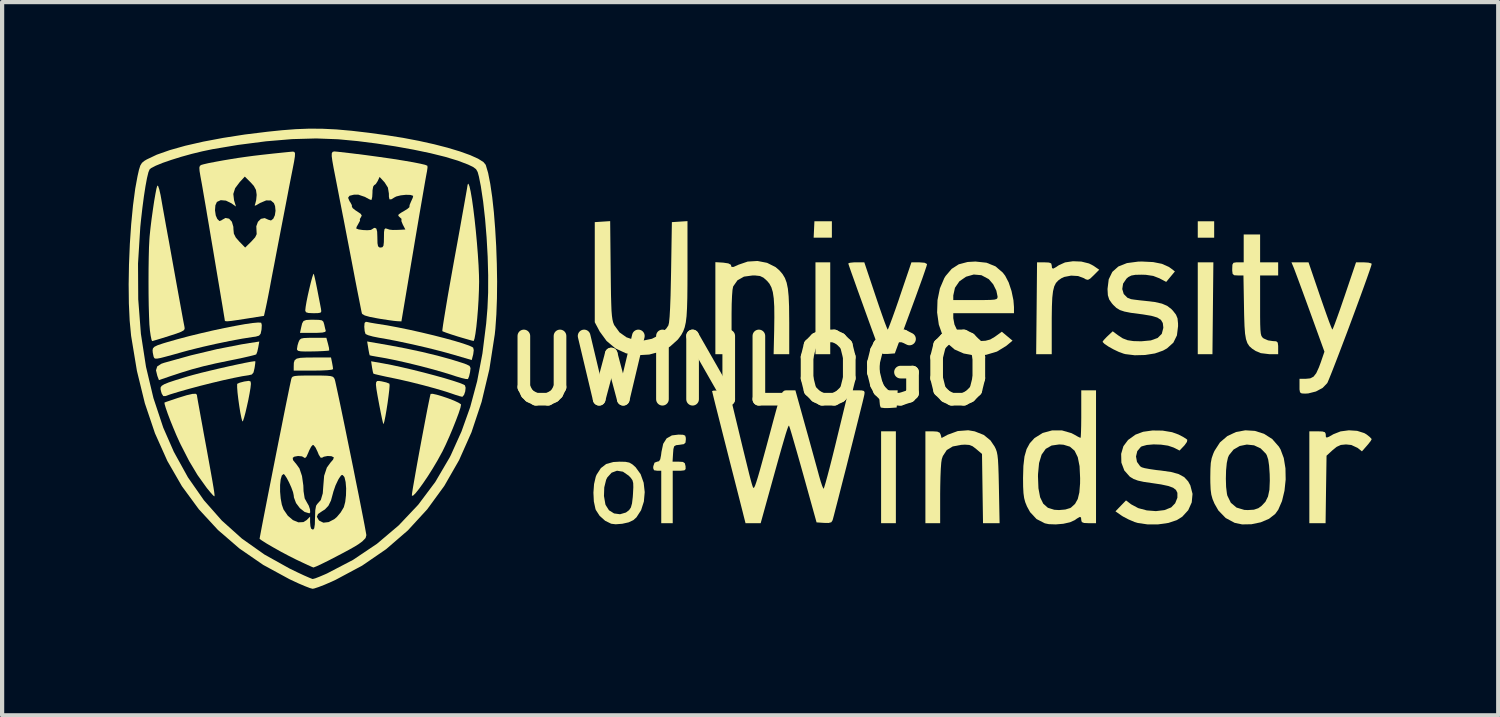
<source format=kicad_pcb>
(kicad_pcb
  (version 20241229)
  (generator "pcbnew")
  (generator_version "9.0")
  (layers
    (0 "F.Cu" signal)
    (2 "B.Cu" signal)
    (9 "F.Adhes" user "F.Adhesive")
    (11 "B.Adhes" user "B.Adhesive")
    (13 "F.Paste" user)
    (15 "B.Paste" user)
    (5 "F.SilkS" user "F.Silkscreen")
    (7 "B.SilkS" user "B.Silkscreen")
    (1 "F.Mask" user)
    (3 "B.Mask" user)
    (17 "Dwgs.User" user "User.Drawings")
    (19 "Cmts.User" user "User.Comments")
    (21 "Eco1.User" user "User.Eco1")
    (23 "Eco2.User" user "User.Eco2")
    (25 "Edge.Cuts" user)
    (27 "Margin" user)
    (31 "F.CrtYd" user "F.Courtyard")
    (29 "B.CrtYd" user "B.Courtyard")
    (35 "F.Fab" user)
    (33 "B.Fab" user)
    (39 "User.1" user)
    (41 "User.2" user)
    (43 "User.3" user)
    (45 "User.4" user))
  (footprint "UWINLOGO"
    (layer "F.Cu")
    (at 14.726 5.736)
    (property "Reference" "UWINLOGO" (at 0 0 0) (layer "F.SilkS") (effects (font (size 1.5 1.5) (thickness 0.3))))
    (attr board_only exclude_from_pos_files exclude_from_bom)
    (fp_poly (pts (xy 1.906 -1.478) (xy 1.906 -0.389) (xy 1.731 -0.389) (xy 1.556 -0.389) (xy 1.556 -1.478) (xy 1.556 -2.567) (xy 1.731 -2.567) (xy 1.906 -2.567)) (stroke (width 0) (type solid)) (fill yes) (layer "F.SilkS"))
    (fp_poly (pts (xy 1.945 -3.345) (xy 1.945 -3.151) (xy 1.729 -3.151) (xy 1.513 -3.151) (xy 1.522 -3.345) (xy 1.531 -3.54) (xy 1.738 -3.54) (xy 1.945 -3.54)) (stroke (width 0) (type solid)) (fill yes) (layer "F.SilkS"))
    (fp_poly (pts (xy 3.462 2.528) (xy 3.462 3.617) (xy 3.287 3.617) (xy 3.112 3.617) (xy 3.112 2.528) (xy 3.112 1.439) (xy 3.287 1.439) (xy 3.462 1.439)) (stroke (width 0) (type solid)) (fill yes) (layer "F.SilkS"))
    (fp_poly (pts (xy 10.978 -1.478) (xy 10.967 -0.389) (xy 10.793 -0.389) (xy 10.619 -0.389) (xy 10.619 -1.478) (xy 10.619 -2.567) (xy 10.804 -2.567) (xy 10.989 -2.567)) (stroke (width 0) (type solid)) (fill yes) (layer "F.SilkS"))
    (fp_poly (pts (xy 11.008 -3.345) (xy 11.008 -3.151) (xy 10.813 -3.151) (xy 10.619 -3.151) (xy 10.619 -3.345) (xy 10.619 -3.54) (xy 10.813 -3.54) (xy 11.008 -3.54)) (stroke (width 0) (type solid)) (fill yes) (layer "F.SilkS"))
    (fp_poly (pts (xy 3.493 0.671) (xy 3.481 0.875) (xy 3.305 0.887) (xy 3.193 0.888) (xy 3.116 0.878) (xy 3.101 0.871) (xy 3.084 0.818) (xy 3.074 0.717) (xy 3.073 0.655) (xy 3.073 0.467) (xy 3.289 0.467) (xy 3.505 0.467)) (stroke (width 0) (type solid)) (fill yes) (layer "F.SilkS"))
    (fp_poly (pts (xy -10.216 -1.203) (xy -10.144 -1.191) (xy -10.11 -1.159) (xy -10.091 -1.099) (xy -10.091 -1.099) (xy -10.069 -1.002) (xy -10.053 -0.943) (xy -10.067 -0.918) (xy -10.134 -0.902) (xy -10.265 -0.895) (xy -10.351 -0.895) (xy -10.664 -0.895) (xy -10.637 -1.021) (xy -10.613 -1.12) (xy -10.58 -1.176) (xy -10.518 -1.2) (xy -10.407 -1.206) (xy -10.345 -1.206)) (stroke (width 0) (type solid)) (fill yes) (layer "F.SilkS"))
    (fp_poly (pts (xy -9.904 -0.19) (xy -9.887 -0.094) (xy -9.88 -0.034) (xy -9.88 -0.034) (xy -9.916 -0.021) (xy -10.015 -0.01) (xy -10.162 -0.003) (xy -10.342 -0.000002) (xy -10.347 0) (xy -10.813 0) (xy -10.813 -0.094) (xy -10.81 -0.186) (xy -10.79 -0.247) (xy -10.742 -0.284) (xy -10.652 -0.303) (xy -10.507 -0.31) (xy -10.347 -0.311) (xy -9.929 -0.311)) (stroke (width 0) (type solid)) (fill yes) (layer "F.SilkS"))
    (fp_poly (pts (xy -10 -0.634) (xy -9.977 -0.539) (xy -9.972 -0.482) (xy -9.974 -0.476) (xy -10.016 -0.47) (xy -10.119 -0.463) (xy -10.264 -0.457) (xy -10.362 -0.455) (xy -10.536 -0.453) (xy -10.647 -0.457) (xy -10.707 -0.469) (xy -10.732 -0.491) (xy -10.736 -0.513) (xy -10.722 -0.599) (xy -10.698 -0.678) (xy -10.674 -0.728) (xy -10.639 -0.758) (xy -10.574 -0.772) (xy -10.461 -0.777) (xy -10.349 -0.778) (xy -10.039 -0.778)) (stroke (width 0) (type solid)) (fill yes) (layer "F.SilkS"))
    (fp_poly (pts (xy -11.835 0.258) (xy -11.828 0.31) (xy -11.828 0.319) (xy -11.838 0.412) (xy -11.86 0.543) (xy -11.889 0.695) (xy -11.924 0.853) (xy -11.958 0.999) (xy -11.99 1.117) (xy -12.015 1.192) (xy -12.03 1.206) (xy -12.053 1.123) (xy -12.079 0.994) (xy -12.104 0.838) (xy -12.127 0.674) (xy -12.145 0.521) (xy -12.154 0.398) (xy -12.154 0.324) (xy -12.15 0.312) (xy -12.092 0.286) (xy -11.993 0.26) (xy -11.971 0.256) (xy -11.876 0.243)) (stroke (width 0) (type solid)) (fill yes) (layer "F.SilkS"))
    (fp_poly (pts (xy -11.654 -0.549) (xy -11.676 -0.45) (xy -11.7 -0.389) (xy -11.703 -0.384) (xy -11.748 -0.369) (xy -11.855 -0.342) (xy -12.012 -0.306) (xy -12.205 -0.265) (xy -12.33 -0.24) (xy -12.668 -0.17) (xy -12.956 -0.103) (xy -13.224 -0.031) (xy -13.498 0.053) (xy -13.743 0.134) (xy -14.008 0.225) (xy -14.046 0.125) (xy -14.078 -0.007) (xy -14.049 -0.099) (xy -13.952 -0.162) (xy -13.886 -0.185) (xy -13.245 -0.363) (xy -12.628 -0.51) (xy -12.053 -0.622) (xy -11.853 -0.655) (xy -11.629 -0.689)) (stroke (width 0) (type solid)) (fill yes) (layer "F.SilkS"))
    (fp_poly (pts (xy -10.337 -2.295) (xy -10.321 -2.232) (xy -10.294 -2.114) (xy -10.263 -1.962) (xy -10.252 -1.906) (xy -10.22 -1.74) (xy -10.191 -1.592) (xy -10.171 -1.487) (xy -10.167 -1.468) (xy -10.159 -1.405) (xy -10.177 -1.374) (xy -10.241 -1.363) (xy -10.344 -1.361) (xy -10.463 -1.366) (xy -10.522 -1.384) (xy -10.539 -1.421) (xy -10.539 -1.429) (xy -10.53 -1.512) (xy -10.509 -1.636) (xy -10.479 -1.783) (xy -10.444 -1.937) (xy -10.409 -2.082) (xy -10.377 -2.202) (xy -10.352 -2.278) (xy -10.337 -2.296)) (stroke (width 0) (type solid)) (fill yes) (layer "F.SilkS"))
    (fp_poly (pts (xy -8.727 0.255) (xy -8.723 0.256) (xy -8.619 0.28) (xy -8.55 0.307) (xy -8.544 0.312) (xy -8.54 0.357) (xy -8.548 0.459) (xy -8.565 0.601) (xy -8.587 0.765) (xy -8.613 0.931) (xy -8.639 1.082) (xy -8.663 1.199) (xy -8.682 1.263) (xy -8.685 1.269) (xy -8.697 1.238) (xy -8.719 1.145) (xy -8.748 1.004) (xy -8.782 0.829) (xy -8.783 0.824) (xy -8.825 0.598) (xy -8.852 0.438) (xy -8.864 0.333) (xy -8.858 0.273) (xy -8.834 0.247) (xy -8.791 0.245)) (stroke (width 0) (type solid)) (fill yes) (layer "F.SilkS"))
    (fp_poly (pts (xy -8.537 -0.598) (xy -8.153 -0.525) (xy -7.772 -0.443) (xy -7.411 -0.356) (xy -7.086 -0.267) (xy -6.814 -0.182) (xy -6.716 -0.147) (xy -6.644 -0.111) (xy -6.621 -0.06) (xy -6.632 0.035) (xy -6.655 0.134) (xy -6.68 0.195) (xy -6.684 0.2) (xy -6.73 0.199) (xy -6.831 0.176) (xy -6.969 0.135) (xy -7.04 0.111) (xy -7.252 0.045) (xy -7.514 -0.03) (xy -7.806 -0.107) (xy -8.104 -0.18) (xy -8.386 -0.244) (xy -8.628 -0.293) (xy -8.731 -0.311) (xy -8.866 -0.334) (xy -8.966 -0.352) (xy -9.011 -0.363) (xy -9.012 -0.363) (xy -9.023 -0.404) (xy -9.04 -0.494) (xy -9.046 -0.532) (xy -9.072 -0.691)) (stroke (width 0) (type solid)) (fill yes) (layer "F.SilkS"))
    (fp_poly (pts (xy -8.691 -0.171) (xy -8.483 -0.131) (xy -8.245 -0.079) (xy -7.989 -0.019) (xy -7.729 0.046) (xy -7.476 0.113) (xy -7.242 0.178) (xy -7.041 0.239) (xy -6.883 0.291) (xy -6.782 0.332) (xy -6.754 0.35) (xy -6.738 0.406) (xy -6.747 0.492) (xy -6.774 0.573) (xy -6.811 0.618) (xy -6.82 0.62) (xy -6.883 0.605) (xy -6.985 0.573) (xy -7.016 0.562) (xy -7.207 0.498) (xy -7.453 0.425) (xy -7.732 0.349) (xy -8.022 0.276) (xy -8.301 0.211) (xy -8.453 0.179) (xy -8.632 0.142) (xy -8.78 0.109) (xy -8.882 0.085) (xy -8.924 0.072) (xy -8.924 0.072) (xy -8.937 0.028) (xy -8.954 -0.062) (xy -8.957 -0.081) (xy -8.978 -0.221)) (stroke (width 0) (type solid)) (fill yes) (layer "F.SilkS"))
    (fp_poly (pts (xy 14.398 1.428) (xy 14.566 1.481) (xy 14.616 1.51) (xy 14.696 1.573) (xy 14.739 1.619) (xy 14.741 1.627) (xy 14.718 1.669) (xy 14.658 1.746) (xy 14.626 1.783) (xy 14.511 1.914) (xy 14.408 1.832) (xy 14.259 1.763) (xy 14.133 1.75) (xy 14.011 1.762) (xy 13.912 1.807) (xy 13.818 1.883) (xy 13.672 2.017) (xy 13.66 2.817) (xy 13.649 3.617) (xy 13.456 3.617) (xy 13.264 3.617) (xy 13.264 2.528) (xy 13.264 1.439) (xy 13.458 1.439) (xy 13.575 1.443) (xy 13.633 1.461) (xy 13.652 1.499) (xy 13.653 1.517) (xy 13.656 1.571) (xy 13.677 1.588) (xy 13.731 1.567) (xy 13.836 1.507) (xy 14.004 1.441) (xy 14.201 1.415)) (stroke (width 0) (type solid)) (fill yes) (layer "F.SilkS"))
    (fp_poly (pts (xy -9.073 -1.153) (xy -8.993 -1.136) (xy -8.875 -1.116) (xy -8.83 -1.109) (xy -8.6 -1.073) (xy -8.34 -1.024) (xy -8.062 -0.967) (xy -7.777 -0.903) (xy -7.497 -0.836) (xy -7.232 -0.768) (xy -6.996 -0.703) (xy -6.799 -0.643) (xy -6.652 -0.592) (xy -6.568 -0.551) (xy -6.559 -0.544) (xy -6.545 -0.487) (xy -6.557 -0.389) (xy -6.559 -0.381) (xy -6.593 -0.25) (xy -7.021 -0.376) (xy -7.309 -0.456) (xy -7.646 -0.541) (xy -8.004 -0.624) (xy -8.356 -0.699) (xy -8.674 -0.76) (xy -8.791 -0.779) (xy -8.935 -0.808) (xy -9.047 -0.839) (xy -9.108 -0.867) (xy -9.111 -0.87) (xy -9.131 -0.937) (xy -9.14 -1.039) (xy -9.14 -1.043) (xy -9.133 -1.13) (xy -9.103 -1.157)) (stroke (width 0) (type solid)) (fill yes) (layer "F.SilkS"))
    (fp_poly (pts (xy -11.723 -0.221) (xy -11.724 -0.182) (xy -11.736 -0.094) (xy -11.742 -0.058) (xy -11.766 0.044) (xy -11.806 0.092) (xy -11.883 0.11) (xy -11.884 0.11) (xy -12.033 0.133) (xy -12.239 0.174) (xy -12.486 0.228) (xy -12.758 0.293) (xy -13.036 0.363) (xy -13.305 0.435) (xy -13.547 0.504) (xy -13.746 0.565) (xy -13.855 0.604) (xy -13.906 0.603) (xy -13.942 0.545) (xy -13.956 0.499) (xy -13.969 0.443) (xy -13.968 0.398) (xy -13.942 0.36) (xy -13.882 0.323) (xy -13.779 0.281) (xy -13.623 0.229) (xy -13.405 0.162) (xy -13.329 0.139) (xy -13.19 0.1) (xy -13.011 0.053) (xy -12.805 0.003) (xy -12.585 -0.049) (xy -12.365 -0.099) (xy -12.158 -0.144) (xy -11.977 -0.182) (xy -11.836 -0.209) (xy -11.747 -0.222)) (stroke (width 0) (type solid)) (fill yes) (layer "F.SilkS"))
    (fp_poly (pts (xy 7.859 -2.585) (xy 8.041 -2.54) (xy 8.141 -2.489) (xy 8.283 -2.392) (xy 8.151 -2.259) (xy 8.069 -2.181) (xy 8.016 -2.152) (xy 7.966 -2.163) (xy 7.92 -2.191) (xy 7.783 -2.242) (xy 7.617 -2.252) (xy 7.455 -2.221) (xy 7.387 -2.19) (xy 7.314 -2.139) (xy 7.257 -2.078) (xy 7.216 -1.996) (xy 7.188 -1.883) (xy 7.17 -1.728) (xy 7.161 -1.52) (xy 7.157 -1.249) (xy 7.157 -1.132) (xy 7.157 -0.389) (xy 6.972 -0.389) (xy 6.788 -0.389) (xy 6.799 -1.478) (xy 6.809 -2.567) (xy 6.983 -2.567) (xy 7.092 -2.562) (xy 7.144 -2.541) (xy 7.157 -2.494) (xy 7.157 -2.489) (xy 7.164 -2.431) (xy 7.193 -2.418) (xy 7.26 -2.454) (xy 7.326 -2.499) (xy 7.473 -2.565) (xy 7.661 -2.593)) (stroke (width 0) (type solid)) (fill yes) (layer "F.SilkS"))
    (fp_poly (pts (xy -13.108 0.574) (xy -13.108 0.575) (xy -13.102 0.621) (xy -13.083 0.732) (xy -13.053 0.896) (xy -13.016 1.103) (xy -12.972 1.341) (xy -12.951 1.46) (xy -12.879 1.849) (xy -12.821 2.168) (xy -12.775 2.423) (xy -12.74 2.621) (xy -12.715 2.769) (xy -12.699 2.872) (xy -12.691 2.938) (xy -12.69 2.972) (xy -12.693 2.981) (xy -12.722 2.96) (xy -12.784 2.891) (xy -12.869 2.788) (xy -12.881 2.772) (xy -13.093 2.476) (xy -13.293 2.142) (xy -13.493 1.752) (xy -13.52 1.696) (xy -13.592 1.537) (xy -13.666 1.361) (xy -13.738 1.184) (xy -13.8 1.02) (xy -13.847 0.884) (xy -13.874 0.792) (xy -13.877 0.757) (xy -13.838 0.742) (xy -13.743 0.71) (xy -13.61 0.665) (xy -13.556 0.647) (xy -13.352 0.584) (xy -13.213 0.552) (xy -13.134 0.549)) (stroke (width 0) (type solid)) (fill yes) (layer "F.SilkS"))
    (fp_poly (pts (xy -11.588 -1.136) (xy -11.583 -1.132) (xy -11.57 -1.081) (xy -11.575 -0.986) (xy -11.578 -0.963) (xy -11.597 -0.875) (xy -11.635 -0.829) (xy -11.713 -0.806) (xy -11.781 -0.797) (xy -12.032 -0.758) (xy -12.333 -0.702) (xy -12.661 -0.634) (xy -12.99 -0.559) (xy -13.296 -0.483) (xy -13.439 -0.444) (xy -13.677 -0.377) (xy -13.851 -0.33) (xy -13.971 -0.299) (xy -14.048 -0.285) (xy -14.093 -0.284) (xy -14.116 -0.295) (xy -14.128 -0.316) (xy -14.134 -0.33) (xy -14.154 -0.423) (xy -14.159 -0.483) (xy -14.15 -0.528) (xy -14.115 -0.565) (xy -14.039 -0.602) (xy -13.908 -0.646) (xy -13.818 -0.673) (xy -13.57 -0.744) (xy -13.299 -0.816) (xy -13.016 -0.885) (xy -12.732 -0.951) (xy -12.456 -1.01) (xy -12.2 -1.06) (xy -11.975 -1.101) (xy -11.791 -1.128) (xy -11.658 -1.14)) (stroke (width 0) (type solid)) (fill yes) (layer "F.SilkS"))
    (fp_poly (pts (xy -7.419 0.572) (xy -7.288 0.611) (xy -7.147 0.659) (xy -7.013 0.711) (xy -6.908 0.76) (xy -6.851 0.797) (xy -6.846 0.806) (xy -6.861 0.882) (xy -6.903 1.011) (xy -6.966 1.179) (xy -7.042 1.37) (xy -7.125 1.567) (xy -7.209 1.755) (xy -7.288 1.918) (xy -7.303 1.945) (xy -7.406 2.133) (xy -7.519 2.323) (xy -7.634 2.505) (xy -7.745 2.669) (xy -7.845 2.807) (xy -7.927 2.909) (xy -7.985 2.965) (xy -8.011 2.965) (xy -8.012 2.956) (xy -8.006 2.899) (xy -7.987 2.778) (xy -7.957 2.607) (xy -7.92 2.395) (xy -7.877 2.154) (xy -7.83 1.897) (xy -7.781 1.633) (xy -7.732 1.374) (xy -7.686 1.132) (xy -7.645 0.918) (xy -7.61 0.744) (xy -7.584 0.619) (xy -7.569 0.557) (xy -7.566 0.552) (xy -7.518 0.55)) (stroke (width 0) (type solid)) (fill yes) (layer "F.SilkS"))
    (fp_poly (pts (xy -1.583 1.521) (xy -1.533 1.541) (xy -1.518 1.591) (xy -1.517 1.631) (xy -1.525 1.707) (xy -1.564 1.743) (xy -1.658 1.757) (xy -1.663 1.758) (xy -1.749 1.768) (xy -1.794 1.795) (xy -1.812 1.86) (xy -1.82 1.964) (xy -1.832 2.159) (xy -1.684 2.159) (xy -1.586 2.165) (xy -1.541 2.196) (xy -1.524 2.266) (xy -1.522 2.334) (xy -1.551 2.364) (xy -1.632 2.373) (xy -1.67 2.373) (xy -1.828 2.373) (xy -1.828 2.995) (xy -1.828 3.617) (xy -1.964 3.617) (xy -2.1 3.617) (xy -2.1 2.995) (xy -2.1 2.373) (xy -2.2 2.373) (xy -2.271 2.362) (xy -2.291 2.312) (xy -2.288 2.266) (xy -2.259 2.182) (xy -2.198 2.159) (xy -2.153 2.148) (xy -2.124 2.103) (xy -2.105 2.008) (xy -2.095 1.927) (xy -2.054 1.735) (xy -1.973 1.607) (xy -1.848 1.536) (xy -1.69 1.517)) (stroke (width 0) (type solid)) (fill yes) (layer "F.SilkS"))
    (fp_poly (pts (xy 5.331 1.44) (xy 5.546 1.525) (xy 5.704 1.654) (xy 5.804 1.802) (xy 5.833 1.862) (xy 5.855 1.927) (xy 5.871 2.008) (xy 5.883 2.117) (xy 5.891 2.266) (xy 5.898 2.466) (xy 5.904 2.731) (xy 5.905 2.791) (xy 5.921 3.617) (xy 5.724 3.617) (xy 5.528 3.617) (xy 5.516 2.796) (xy 5.504 1.975) (xy 5.368 1.86) (xy 5.281 1.793) (xy 5.201 1.762) (xy 5.098 1.755) (xy 5.009 1.76) (xy 4.81 1.798) (xy 4.668 1.884) (xy 4.576 2.025) (xy 4.551 2.098) (xy 4.538 2.182) (xy 4.527 2.328) (xy 4.519 2.52) (xy 4.514 2.742) (xy 4.512 2.927) (xy 4.512 3.617) (xy 4.337 3.617) (xy 4.162 3.617) (xy 4.162 2.528) (xy 4.162 1.439) (xy 4.333 1.439) (xy 4.444 1.446) (xy 4.502 1.473) (xy 4.524 1.519) (xy 4.545 1.598) (xy 4.69 1.52) (xy 4.929 1.433) (xy 5.177 1.414)) (stroke (width 0) (type solid)) (fill yes) (layer "F.SilkS"))
    (fp_poly (pts (xy -6.67 -4.427) (xy -6.646 -4.368) (xy -6.618 -4.243) (xy -6.587 -4.063) (xy -6.556 -3.841) (xy -6.525 -3.587) (xy -6.496 -3.315) (xy -6.47 -3.034) (xy -6.448 -2.758) (xy -6.431 -2.497) (xy -6.421 -2.263) (xy -6.418 -2.11) (xy -6.422 -1.907) (xy -6.431 -1.685) (xy -6.445 -1.458) (xy -6.463 -1.238) (xy -6.483 -1.041) (xy -6.505 -0.877) (xy -6.526 -0.762) (xy -6.545 -0.706) (xy -6.551 -0.704) (xy -6.605 -0.716) (xy -6.714 -0.747) (xy -6.858 -0.789) (xy -6.931 -0.811) (xy -7.082 -0.859) (xy -7.204 -0.901) (xy -7.277 -0.929) (xy -7.29 -0.937) (xy -7.287 -0.978) (xy -7.272 -1.088) (xy -7.245 -1.259) (xy -7.208 -1.483) (xy -7.163 -1.753) (xy -7.109 -2.06) (xy -7.049 -2.397) (xy -7.001 -2.664) (xy -6.936 -3.019) (xy -6.876 -3.351) (xy -6.823 -3.651) (xy -6.776 -3.912) (xy -6.738 -4.127) (xy -6.71 -4.286) (xy -6.694 -4.383) (xy -6.69 -4.409) (xy -6.676 -4.431)) (stroke (width 0) (type solid)) (fill yes) (layer "F.SilkS"))
    (fp_poly (pts (xy 2.981 -1.77) (xy 3.06 -1.536) (xy 3.132 -1.329) (xy 3.192 -1.16) (xy 3.238 -1.04) (xy 3.264 -0.978) (xy 3.269 -0.972) (xy 3.287 -1.008) (xy 3.325 -1.106) (xy 3.381 -1.257) (xy 3.45 -1.449) (xy 3.528 -1.673) (xy 3.56 -1.77) (xy 3.831 -2.567) (xy 4.016 -2.567) (xy 4.144 -2.557) (xy 4.198 -2.528) (xy 4.2 -2.519) (xy 4.187 -2.471) (xy 4.15 -2.36) (xy 4.093 -2.195) (xy 4.018 -1.988) (xy 3.931 -1.746) (xy 3.833 -1.48) (xy 3.818 -1.439) (xy 3.437 -0.408) (xy 3.274 -0.396) (xy 3.167 -0.395) (xy 3.11 -0.418) (xy 3.077 -0.476) (xy 3.03 -0.6) (xy 2.968 -0.77) (xy 2.893 -0.974) (xy 2.81 -1.203) (xy 2.723 -1.444) (xy 2.636 -1.686) (xy 2.552 -1.918) (xy 2.477 -2.13) (xy 2.413 -2.308) (xy 2.366 -2.443) (xy 2.339 -2.523) (xy 2.334 -2.541) (xy 2.369 -2.556) (xy 2.458 -2.566) (xy 2.524 -2.567) (xy 2.714 -2.567)) (stroke (width 0) (type solid)) (fill yes) (layer "F.SilkS"))
    (fp_poly (pts (xy 12.097 -2.898) (xy 12.097 -2.567) (xy 12.311 -2.567) (xy 12.525 -2.567) (xy 12.525 -2.412) (xy 12.525 -2.256) (xy 12.311 -2.256) (xy 12.097 -2.256) (xy 12.097 -1.539) (xy 12.097 -1.286) (xy 12.099 -1.099) (xy 12.104 -0.968) (xy 12.113 -0.88) (xy 12.127 -0.825) (xy 12.148 -0.791) (xy 12.176 -0.766) (xy 12.184 -0.761) (xy 12.285 -0.717) (xy 12.397 -0.7) (xy 12.479 -0.695) (xy 12.515 -0.664) (xy 12.525 -0.586) (xy 12.525 -0.545) (xy 12.525 -0.389) (xy 12.321 -0.389) (xy 12.113 -0.414) (xy 11.992 -0.465) (xy 11.907 -0.521) (xy 11.842 -0.579) (xy 11.795 -0.651) (xy 11.762 -0.747) (xy 11.74 -0.879) (xy 11.727 -1.058) (xy 11.719 -1.296) (xy 11.715 -1.505) (xy 11.702 -2.256) (xy 11.569 -2.256) (xy 11.484 -2.261) (xy 11.446 -2.291) (xy 11.436 -2.367) (xy 11.436 -2.412) (xy 11.44 -2.511) (xy 11.465 -2.556) (xy 11.532 -2.567) (xy 11.572 -2.567) (xy 11.708 -2.567) (xy 11.708 -2.898) (xy 11.708 -3.228) (xy 11.903 -3.228) (xy 12.097 -3.228)) (stroke (width 0) (type solid)) (fill yes) (layer "F.SilkS"))
    (fp_poly (pts (xy -14.027 -4.375) (xy -14.001 -4.298) (xy -13.97 -4.164) (xy -13.951 -4.058) (xy -13.914 -3.847) (xy -13.873 -3.62) (xy -13.837 -3.417) (xy -13.827 -3.365) (xy -13.804 -3.238) (xy -13.769 -3.05) (xy -13.727 -2.815) (xy -13.679 -2.548) (xy -13.628 -2.265) (xy -13.595 -2.081) (xy -13.546 -1.812) (xy -13.501 -1.564) (xy -13.462 -1.35) (xy -13.431 -1.181) (xy -13.409 -1.068) (xy -13.401 -1.026) (xy -13.399 -0.987) (xy -13.423 -0.953) (xy -13.485 -0.919) (xy -13.596 -0.877) (xy -13.766 -0.822) (xy -13.927 -0.771) (xy -14.059 -0.731) (xy -14.146 -0.706) (xy -14.171 -0.7) (xy -14.185 -0.736) (xy -14.204 -0.828) (xy -14.223 -0.959) (xy -14.223 -0.963) (xy -14.235 -1.1) (xy -14.243 -1.299) (xy -14.25 -1.545) (xy -14.254 -1.822) (xy -14.255 -2.113) (xy -14.254 -2.403) (xy -14.25 -2.677) (xy -14.244 -2.919) (xy -14.234 -3.113) (xy -14.228 -3.193) (xy -14.208 -3.386) (xy -14.182 -3.597) (xy -14.152 -3.811) (xy -14.122 -4.013) (xy -14.092 -4.186) (xy -14.067 -4.315) (xy -14.047 -4.384) (xy -14.046 -4.387)) (stroke (width 0) (type solid)) (fill yes) (layer "F.SilkS"))
    (fp_poly (pts (xy -1.478 -2.382) (xy -1.479 -2.016) (xy -1.482 -1.718) (xy -1.489 -1.48) (xy -1.5 -1.291) (xy -1.518 -1.143) (xy -1.544 -1.027) (xy -1.579 -0.932) (xy -1.623 -0.85) (xy -1.68 -0.771) (xy -1.713 -0.73) (xy -1.894 -0.568) (xy -2.123 -0.451) (xy -2.383 -0.381) (xy -2.655 -0.365) (xy -2.92 -0.407) (xy -2.945 -0.414) (xy -3.185 -0.526) (xy -3.395 -0.702) (xy -3.56 -0.928) (xy -3.57 -0.948) (xy -3.676 -1.147) (xy -3.676 -2.334) (xy -3.676 -3.52) (xy -3.493 -3.532) (xy -3.311 -3.544) (xy -3.299 -2.385) (xy -3.295 -2.049) (xy -3.291 -1.782) (xy -3.285 -1.574) (xy -3.279 -1.416) (xy -3.269 -1.299) (xy -3.257 -1.213) (xy -3.242 -1.148) (xy -3.223 -1.097) (xy -3.213 -1.076) (xy -3.089 -0.906) (xy -2.923 -0.789) (xy -2.73 -0.724) (xy -2.524 -0.713) (xy -2.32 -0.755) (xy -2.134 -0.85) (xy -1.98 -0.998) (xy -1.932 -1.07) (xy -1.916 -1.135) (xy -1.902 -1.274) (xy -1.89 -1.488) (xy -1.879 -1.777) (xy -1.871 -2.143) (xy -1.867 -2.334) (xy -1.848 -3.52) (xy -1.663 -3.532) (xy -1.478 -3.544)) (stroke (width 0) (type solid)) (fill yes) (layer "F.SilkS"))
    (fp_poly (pts (xy -2.951 2.162) (xy -2.858 2.18) (xy -2.785 2.222) (xy -2.708 2.29) (xy -2.589 2.455) (xy -2.517 2.658) (xy -2.492 2.88) (xy -2.512 3.104) (xy -2.578 3.309) (xy -2.688 3.479) (xy -2.762 3.545) (xy -2.873 3.597) (xy -3.025 3.631) (xy -3.181 3.643) (xy -3.287 3.63) (xy -3.43 3.56) (xy -3.561 3.442) (xy -3.651 3.303) (xy -3.66 3.278) (xy -3.698 3.101) (xy -3.704 2.973) (xy -3.458 2.973) (xy -3.425 3.165) (xy -3.419 3.185) (xy -3.339 3.311) (xy -3.218 3.386) (xy -3.077 3.405) (xy -2.937 3.364) (xy -2.863 3.308) (xy -2.82 3.245) (xy -2.793 3.148) (xy -2.775 2.997) (xy -2.77 2.922) (xy -2.762 2.765) (xy -2.765 2.665) (xy -2.783 2.598) (xy -2.822 2.542) (xy -2.871 2.491) (xy -3.008 2.396) (xy -3.149 2.373) (xy -3.277 2.42) (xy -3.38 2.534) (xy -3.407 2.589) (xy -3.451 2.768) (xy -3.458 2.973) (xy -3.704 2.973) (xy -3.708 2.895) (xy -3.693 2.69) (xy -3.653 2.517) (xy -3.633 2.468) (xy -3.531 2.311) (xy -3.405 2.214) (xy -3.236 2.167) (xy -3.092 2.159)) (stroke (width 0) (type solid)) (fill yes) (layer "F.SilkS"))
    (fp_poly (pts (xy 0.409 -2.555) (xy 0.609 -2.455) (xy 0.704 -2.373) (xy 0.776 -2.288) (xy 0.832 -2.195) (xy 0.873 -2.084) (xy 0.902 -1.943) (xy 0.92 -1.761) (xy 0.93 -1.527) (xy 0.933 -1.229) (xy 0.934 -1.13) (xy 0.934 -0.389) (xy 0.749 -0.389) (xy 0.564 -0.389) (xy 0.577 -0.943) (xy 0.581 -1.263) (xy 0.579 -1.516) (xy 0.567 -1.712) (xy 0.545 -1.861) (xy 0.511 -1.974) (xy 0.464 -2.062) (xy 0.408 -2.128) (xy 0.322 -2.204) (xy 0.24 -2.243) (xy 0.13 -2.255) (xy 0.067 -2.256) (xy -0.139 -2.228) (xy -0.292 -2.142) (xy -0.392 -2) (xy -0.397 -1.988) (xy -0.411 -1.913) (xy -0.422 -1.772) (xy -0.43 -1.579) (xy -0.433 -1.347) (xy -0.433 -1.206) (xy -0.433 -0.98) (xy -0.435 -0.777) (xy -0.439 -0.613) (xy -0.445 -0.5) (xy -0.45 -0.458) (xy -0.487 -0.412) (xy -0.57 -0.392) (xy -0.644 -0.389) (xy -0.817 -0.389) (xy -0.817 -1.48) (xy -0.817 -2.571) (xy -0.632 -2.56) (xy -0.51 -2.542) (xy -0.451 -2.511) (xy -0.447 -2.499) (xy -0.434 -2.458) (xy -0.386 -2.458) (xy -0.288 -2.501) (xy -0.27 -2.51) (xy -0.051 -2.585) (xy 0.182 -2.599)) (stroke (width 0) (type solid)) (fill yes) (layer "F.SilkS"))
    (fp_poly (pts (xy 13.517 -1.77) (xy 13.598 -1.537) (xy 13.671 -1.33) (xy 13.732 -1.161) (xy 13.779 -1.04) (xy 13.805 -0.979) (xy 13.81 -0.973) (xy 13.828 -1.008) (xy 13.867 -1.106) (xy 13.922 -1.257) (xy 13.991 -1.45) (xy 14.068 -1.674) (xy 14.101 -1.77) (xy 14.371 -2.567) (xy 14.556 -2.567) (xy 14.664 -2.56) (xy 14.731 -2.542) (xy 14.742 -2.529) (xy 14.729 -2.479) (xy 14.691 -2.366) (xy 14.633 -2.2) (xy 14.558 -1.991) (xy 14.47 -1.749) (xy 14.373 -1.485) (xy 14.27 -1.207) (xy 14.165 -0.925) (xy 14.061 -0.651) (xy 13.963 -0.393) (xy 13.874 -0.162) (xy 13.798 0.033) (xy 13.738 0.182) (xy 13.699 0.275) (xy 13.687 0.298) (xy 13.579 0.41) (xy 13.42 0.495) (xy 13.237 0.541) (xy 13.166 0.545) (xy 13.083 0.541) (xy 13.043 0.515) (xy 13.031 0.447) (xy 13.031 0.37) (xy 13.031 0.194) (xy 13.18 0.194) (xy 13.284 0.184) (xy 13.363 0.144) (xy 13.428 0.061) (xy 13.491 -0.077) (xy 13.535 -0.195) (xy 13.622 -0.449) (xy 13.284 -1.382) (xy 13.189 -1.643) (xy 13.1 -1.886) (xy 13.021 -2.1) (xy 12.957 -2.272) (xy 12.912 -2.392) (xy 12.893 -2.441) (xy 12.84 -2.567) (xy 13.043 -2.567) (xy 13.245 -2.567)) (stroke (width 0) (type solid)) (fill yes) (layer "F.SilkS"))
    (fp_poly (pts (xy 11.973 1.429) (xy 12.19 1.498) (xy 12.384 1.622) (xy 12.542 1.802) (xy 12.582 1.869) (xy 12.658 2.073) (xy 12.698 2.317) (xy 12.703 2.582) (xy 12.675 2.847) (xy 12.616 3.093) (xy 12.527 3.298) (xy 12.455 3.398) (xy 12.308 3.513) (xy 12.113 3.596) (xy 11.892 3.642) (xy 11.671 3.646) (xy 11.494 3.609) (xy 11.28 3.494) (xy 11.108 3.316) (xy 11.016 3.156) (xy 10.969 3.044) (xy 10.94 2.939) (xy 10.924 2.818) (xy 10.917 2.658) (xy 10.916 2.564) (xy 11.285 2.564) (xy 11.291 2.757) (xy 11.31 2.916) (xy 11.32 2.963) (xy 11.403 3.133) (xy 11.538 3.247) (xy 11.722 3.302) (xy 11.805 3.306) (xy 11.95 3.297) (xy 12.054 3.262) (xy 12.13 3.208) (xy 12.223 3.109) (xy 12.284 2.985) (xy 12.318 2.824) (xy 12.327 2.609) (xy 12.324 2.456) (xy 12.31 2.252) (xy 12.289 2.109) (xy 12.257 2.011) (xy 12.236 1.972) (xy 12.11 1.844) (xy 11.953 1.771) (xy 11.782 1.753) (xy 11.614 1.787) (xy 11.467 1.872) (xy 11.36 2.005) (xy 11.335 2.062) (xy 11.307 2.189) (xy 11.29 2.365) (xy 11.285 2.564) (xy 10.916 2.564) (xy 10.916 2.528) (xy 10.919 2.331) (xy 10.928 2.188) (xy 10.949 2.076) (xy 10.985 1.972) (xy 11.014 1.905) (xy 11.145 1.702) (xy 11.32 1.552) (xy 11.525 1.456) (xy 11.747 1.415)) (stroke (width 0) (type solid)) (fill yes) (layer "F.SilkS"))
    (fp_poly (pts (xy 5.61 -2.558) (xy 5.823 -2.472) (xy 5.995 -2.325) (xy 6.053 -2.25) (xy 6.136 -2.091) (xy 6.204 -1.886) (xy 6.249 -1.669) (xy 6.262 -1.507) (xy 6.262 -1.361) (xy 5.543 -1.361) (xy 4.823 -1.361) (xy 4.823 -1.243) (xy 4.851 -1.094) (xy 4.922 -0.941) (xy 5.02 -0.815) (xy 5.094 -0.759) (xy 5.202 -0.725) (xy 5.349 -0.704) (xy 5.438 -0.7) (xy 5.588 -0.708) (xy 5.698 -0.737) (xy 5.805 -0.8) (xy 5.821 -0.811) (xy 5.974 -0.922) (xy 6.101 -0.816) (xy 6.228 -0.71) (xy 6.08 -0.587) (xy 5.858 -0.451) (xy 5.6 -0.374) (xy 5.327 -0.359) (xy 5.07 -0.406) (xy 4.854 -0.501) (xy 4.692 -0.641) (xy 4.57 -0.833) (xy 4.48 -1.091) (xy 4.44 -1.377) (xy 4.449 -1.67) (xy 4.47 -1.774) (xy 4.823 -1.774) (xy 4.823 -1.673) (xy 5.348 -1.673) (xy 5.559 -1.673) (xy 5.705 -1.676) (xy 5.797 -1.683) (xy 5.847 -1.697) (xy 5.869 -1.718) (xy 5.873 -1.749) (xy 5.874 -1.752) (xy 5.844 -1.896) (xy 5.769 -2.047) (xy 5.667 -2.166) (xy 5.66 -2.171) (xy 5.49 -2.262) (xy 5.308 -2.278) (xy 5.126 -2.226) (xy 4.968 -2.117) (xy 4.863 -1.964) (xy 4.823 -1.782) (xy 4.823 -1.774) (xy 4.47 -1.774) (xy 4.506 -1.949) (xy 4.609 -2.191) (xy 4.641 -2.243) (xy 4.785 -2.412) (xy 4.953 -2.52) (xy 5.162 -2.575) (xy 5.348 -2.586)) (stroke (width 0) (type solid)) (fill yes) (layer "F.SilkS"))
    (fp_poly (pts (xy 9.784 1.422) (xy 10.01 1.46) (xy 10.162 1.515) (xy 10.272 1.572) (xy 10.349 1.621) (xy 10.371 1.641) (xy 10.362 1.691) (xy 10.309 1.766) (xy 10.29 1.787) (xy 10.187 1.895) (xy 10.045 1.823) (xy 9.914 1.779) (xy 9.748 1.755) (xy 9.571 1.749) (xy 9.41 1.763) (xy 9.29 1.796) (xy 9.269 1.809) (xy 9.185 1.909) (xy 9.155 2.036) (xy 9.178 2.164) (xy 9.253 2.267) (xy 9.291 2.292) (xy 9.359 2.312) (xy 9.484 2.335) (xy 9.643 2.358) (xy 9.739 2.368) (xy 9.985 2.403) (xy 10.166 2.453) (xy 10.298 2.525) (xy 10.391 2.626) (xy 10.443 2.721) (xy 10.495 2.922) (xy 10.476 3.124) (xy 10.393 3.309) (xy 10.251 3.464) (xy 10.123 3.544) (xy 9.923 3.611) (xy 9.682 3.645) (xy 9.431 3.646) (xy 9.201 3.613) (xy 9.121 3.589) (xy 8.978 3.528) (xy 8.843 3.457) (xy 8.797 3.427) (xy 8.668 3.336) (xy 8.793 3.206) (xy 8.918 3.077) (xy 9.04 3.17) (xy 9.208 3.26) (xy 9.411 3.314) (xy 9.627 3.331) (xy 9.828 3.307) (xy 9.989 3.243) (xy 10.083 3.145) (xy 10.136 3.014) (xy 10.136 2.897) (xy 10.103 2.83) (xy 10.035 2.777) (xy 9.92 2.735) (xy 9.748 2.698) (xy 9.539 2.667) (xy 9.34 2.638) (xy 9.199 2.607) (xy 9.097 2.569) (xy 9.015 2.519) (xy 9.008 2.514) (xy 8.878 2.368) (xy 8.808 2.181) (xy 8.803 1.973) (xy 8.856 1.792) (xy 8.967 1.644) (xy 9.144 1.517) (xy 9.324 1.45) (xy 9.546 1.419)) (stroke (width 0) (type solid)) (fill yes) (layer "F.SilkS"))
    (fp_poly (pts (xy 8.207 2.042) (xy 8.207 3.617) (xy 8.032 3.617) (xy 7.923 3.612) (xy 7.871 3.591) (xy 7.857 3.545) (xy 7.857 3.54) (xy 7.851 3.48) (xy 7.822 3.469) (xy 7.755 3.507) (xy 7.704 3.544) (xy 7.592 3.595) (xy 7.431 3.631) (xy 7.253 3.646) (xy 7.087 3.64) (xy 6.993 3.62) (xy 6.797 3.519) (xy 6.644 3.355) (xy 6.57 3.22) (xy 6.529 3.119) (xy 6.503 3.021) (xy 6.487 2.904) (xy 6.479 2.75) (xy 6.477 2.548) (xy 6.478 2.509) (xy 6.831 2.509) (xy 6.842 2.79) (xy 6.882 3.003) (xy 6.956 3.155) (xy 7.066 3.252) (xy 7.217 3.299) (xy 7.329 3.306) (xy 7.479 3.293) (xy 7.594 3.258) (xy 7.615 3.246) (xy 7.71 3.159) (xy 7.774 3.044) (xy 7.812 2.887) (xy 7.829 2.675) (xy 7.83 2.548) (xy 7.817 2.266) (xy 7.774 2.052) (xy 7.699 1.899) (xy 7.588 1.803) (xy 7.437 1.757) (xy 7.336 1.75) (xy 7.154 1.776) (xy 7.015 1.855) (xy 6.917 1.992) (xy 6.857 2.191) (xy 6.832 2.455) (xy 6.831 2.509) (xy 6.478 2.509) (xy 6.485 2.261) (xy 6.511 2.036) (xy 6.561 1.861) (xy 6.637 1.722) (xy 6.743 1.605) (xy 6.751 1.598) (xy 6.943 1.478) (xy 7.167 1.417) (xy 7.401 1.418) (xy 7.624 1.482) (xy 7.691 1.517) (xy 7.779 1.567) (xy 7.834 1.593) (xy 7.84 1.595) (xy 7.846 1.558) (xy 7.851 1.457) (xy 7.855 1.306) (xy 7.857 1.118) (xy 7.857 1.031) (xy 7.857 0.467) (xy 8.032 0.467) (xy 8.207 0.467)) (stroke (width 0) (type solid)) (fill yes) (layer "F.SilkS"))
    (fp_poly (pts (xy 9.561 -2.573) (xy 9.767 -2.532) (xy 9.93 -2.46) (xy 9.988 -2.42) (xy 10.077 -2.351) (xy 9.974 -2.227) (xy 9.871 -2.103) (xy 9.71 -2.188) (xy 9.563 -2.245) (xy 9.388 -2.271) (xy 9.29 -2.274) (xy 9.141 -2.271) (xy 9.044 -2.254) (xy 8.973 -2.218) (xy 8.93 -2.181) (xy 8.849 -2.063) (xy 8.829 -1.934) (xy 8.864 -1.816) (xy 8.952 -1.727) (xy 9.037 -1.694) (xy 9.119 -1.682) (xy 9.249 -1.666) (xy 9.374 -1.653) (xy 9.602 -1.626) (xy 9.77 -1.588) (xy 9.894 -1.535) (xy 9.992 -1.46) (xy 10.032 -1.418) (xy 10.103 -1.326) (xy 10.139 -1.239) (xy 10.151 -1.121) (xy 10.152 -1.055) (xy 10.125 -0.835) (xy 10.04 -0.662) (xy 9.89 -0.527) (xy 9.795 -0.474) (xy 9.603 -0.407) (xy 9.369 -0.37) (xy 9.125 -0.364) (xy 8.903 -0.391) (xy 8.861 -0.402) (xy 8.748 -0.443) (xy 8.622 -0.503) (xy 8.502 -0.57) (xy 8.41 -0.632) (xy 8.365 -0.678) (xy 8.363 -0.685) (xy 8.389 -0.723) (xy 8.454 -0.792) (xy 8.483 -0.82) (xy 8.603 -0.932) (xy 8.726 -0.84) (xy 8.84 -0.765) (xy 8.954 -0.721) (xy 9.092 -0.7) (xy 9.279 -0.695) (xy 9.507 -0.716) (xy 9.668 -0.774) (xy 9.766 -0.872) (xy 9.802 -1.011) (xy 9.802 -1.028) (xy 9.79 -1.128) (xy 9.746 -1.203) (xy 9.659 -1.258) (xy 9.519 -1.299) (xy 9.315 -1.333) (xy 9.246 -1.342) (xy 9.033 -1.37) (xy 8.881 -1.4) (xy 8.772 -1.436) (xy 8.689 -1.487) (xy 8.615 -1.558) (xy 8.581 -1.597) (xy 8.519 -1.687) (xy 8.488 -1.786) (xy 8.48 -1.927) (xy 8.48 -1.938) (xy 8.508 -2.164) (xy 8.593 -2.34) (xy 8.736 -2.468) (xy 8.94 -2.549) (xy 9.206 -2.584) (xy 9.296 -2.586)) (stroke (width 0) (type solid)) (fill yes) (layer "F.SilkS"))
    (fp_poly (pts (xy 0.928 0.467) (xy 1.08 0.467) (xy 1.315 1.313) (xy 1.39 1.581) (xy 1.463 1.845) (xy 1.53 2.088) (xy 1.587 2.295) (xy 1.629 2.448) (xy 1.637 2.48) (xy 1.679 2.625) (xy 1.716 2.736) (xy 1.743 2.795) (xy 1.749 2.801) (xy 1.764 2.764) (xy 1.795 2.661) (xy 1.839 2.501) (xy 1.894 2.293) (xy 1.957 2.045) (xy 2.026 1.767) (xy 2.058 1.634) (xy 2.342 0.467) (xy 2.537 0.467) (xy 2.652 0.469) (xy 2.707 0.483) (xy 2.721 0.52) (xy 2.714 0.574) (xy 2.701 0.631) (xy 2.672 0.753) (xy 2.628 0.929) (xy 2.573 1.15) (xy 2.509 1.405) (xy 2.439 1.684) (xy 2.365 1.976) (xy 2.291 2.272) (xy 2.217 2.56) (xy 2.148 2.83) (xy 2.086 3.073) (xy 2.033 3.277) (xy 1.993 3.433) (xy 1.967 3.529) (xy 1.96 3.551) (xy 1.931 3.595) (xy 1.865 3.612) (xy 1.76 3.61) (xy 1.582 3.598) (xy 1.266 2.462) (xy 1.186 2.177) (xy 1.112 1.917) (xy 1.047 1.692) (xy 0.994 1.509) (xy 0.955 1.38) (xy 0.932 1.312) (xy 0.929 1.305) (xy 0.92 1.309) (xy 0.905 1.34) (xy 0.883 1.402) (xy 0.851 1.501) (xy 0.809 1.644) (xy 0.753 1.836) (xy 0.683 2.083) (xy 0.597 2.391) (xy 0.493 2.766) (xy 0.443 2.946) (xy 0.257 3.617) (xy 0.078 3.617) (xy -0.102 3.617) (xy -0.149 3.433) (xy -0.169 3.352) (xy -0.206 3.207) (xy -0.257 3.006) (xy -0.32 2.759) (xy -0.392 2.477) (xy -0.471 2.169) (xy -0.545 1.877) (xy -0.625 1.563) (xy -0.698 1.273) (xy -0.763 1.016) (xy -0.818 0.8) (xy -0.859 0.634) (xy -0.885 0.526) (xy -0.895 0.485) (xy -0.86 0.474) (xy -0.77 0.472) (xy -0.693 0.474) (xy -0.573 0.485) (xy -0.509 0.507) (xy -0.477 0.553) (xy -0.463 0.603) (xy -0.351 1.071) (xy -0.255 1.468) (xy -0.175 1.801) (xy -0.108 2.074) (xy -0.054 2.293) (xy -0.012 2.464) (xy 0.021 2.591) (xy 0.046 2.681) (xy 0.064 2.738) (xy 0.076 2.769) (xy 0.08 2.776) (xy 0.092 2.78) (xy 0.107 2.764) (xy 0.127 2.72) (xy 0.154 2.642) (xy 0.191 2.524) (xy 0.239 2.358) (xy 0.3 2.137) (xy 0.377 1.856) (xy 0.471 1.507) (xy 0.484 1.459) (xy 0.564 1.16) (xy 0.627 0.929) (xy 0.677 0.755) (xy 0.717 0.631) (xy 0.751 0.549) (xy 0.784 0.5) (xy 0.818 0.475) (xy 0.858 0.467) (xy 0.907 0.467)) (stroke (width 0) (type solid)) (fill yes) (layer "F.SilkS"))
    (fp_poly (pts (xy -10.797 -5.183) (xy -10.782 -5.149) (xy -10.785 -5.078) (xy -10.804 -4.957) (xy -10.839 -4.776) (xy -10.85 -4.721) (xy -10.881 -4.564) (xy -10.924 -4.345) (xy -10.975 -4.077) (xy -11.033 -3.776) (xy -11.095 -3.456) (xy -11.158 -3.129) (xy -11.219 -2.812) (xy -11.275 -2.517) (xy -11.325 -2.259) (xy -11.364 -2.052) (xy -11.38 -1.964) (xy -11.414 -1.789) (xy -11.448 -1.618) (xy -11.476 -1.485) (xy -11.478 -1.476) (xy -11.518 -1.298) (xy -11.934 -1.232) (xy -12.142 -1.2) (xy -12.286 -1.179) (xy -12.376 -1.17) (xy -12.425 -1.171) (xy -12.445 -1.181) (xy -12.447 -1.192) (xy -12.453 -1.234) (xy -12.471 -1.343) (xy -12.498 -1.51) (xy -12.534 -1.723) (xy -12.576 -1.975) (xy -12.623 -2.254) (xy -12.673 -2.552) (xy -12.724 -2.858) (xy -12.776 -3.163) (xy -12.825 -3.457) (xy -12.872 -3.731) (xy -12.883 -3.8) (xy -12.679 -3.8) (xy -12.661 -3.678) (xy -12.625 -3.596) (xy -12.574 -3.546) (xy -12.528 -3.561) (xy -12.52 -3.569) (xy -12.43 -3.619) (xy -12.345 -3.602) (xy -12.279 -3.529) (xy -12.244 -3.409) (xy -12.242 -3.351) (xy -12.232 -3.247) (xy -12.186 -3.155) (xy -12.106 -3.063) (xy -11.964 -2.917) (xy -11.818 -3.06) (xy -11.727 -3.16) (xy -11.691 -3.236) (xy -11.694 -3.294) (xy -11.7 -3.422) (xy -11.661 -3.528) (xy -11.59 -3.598) (xy -11.501 -3.616) (xy -11.415 -3.577) (xy -11.352 -3.559) (xy -11.298 -3.6) (xy -11.26 -3.682) (xy -11.244 -3.789) (xy -11.255 -3.901) (xy -11.282 -3.97) (xy -11.354 -4.033) (xy -11.466 -4.035) (xy -11.61 -3.974) (xy -11.626 -3.965) (xy -11.708 -3.917) (xy -11.738 -3.911) (xy -11.73 -3.944) (xy -11.725 -3.955) (xy -11.703 -4.041) (xy -11.692 -4.157) (xy -11.692 -4.173) (xy -11.707 -4.283) (xy -11.759 -4.379) (xy -11.832 -4.46) (xy -11.972 -4.6) (xy -12.093 -4.469) (xy -12.202 -4.324) (xy -12.245 -4.188) (xy -12.228 -4.041) (xy -12.223 -4.022) (xy -12.182 -3.89) (xy -12.291 -3.967) (xy -12.42 -4.03) (xy -12.543 -4.041) (xy -12.634 -3.999) (xy -12.67 -3.918) (xy -12.679 -3.8) (xy -12.883 -3.8) (xy -12.913 -3.974) (xy -12.948 -4.176) (xy -12.974 -4.329) (xy -12.989 -4.415) (xy -13.024 -4.605) (xy -13.045 -4.732) (xy -13.05 -4.811) (xy -13.037 -4.854) (xy -13.005 -4.876) (xy -12.951 -4.891) (xy -12.922 -4.898) (xy -12.827 -4.92) (xy -12.675 -4.949) (xy -12.49 -4.983) (xy -12.311 -5.013) (xy -12.13 -5.042) (xy -11.955 -5.067) (xy -11.769 -5.092) (xy -11.557 -5.117) (xy -11.304 -5.145) (xy -10.994 -5.177) (xy -10.882 -5.188) (xy -10.83 -5.192)) (stroke (width 0) (type solid)) (fill yes) (layer "F.SilkS"))
    (fp_poly (pts (xy -9.796 -5.191) (xy -9.773 -5.189) (xy -9.432 -5.15) (xy -9.096 -5.108) (xy -8.773 -5.064) (xy -8.473 -5.021) (xy -8.206 -4.978) (xy -7.979 -4.939) (xy -7.804 -4.904) (xy -7.688 -4.875) (xy -7.644 -4.856) (xy -7.641 -4.812) (xy -7.654 -4.721) (xy -7.661 -4.686) (xy -7.674 -4.616) (xy -7.699 -4.477) (xy -7.733 -4.28) (xy -7.776 -4.031) (xy -7.826 -3.742) (xy -7.881 -3.419) (xy -7.94 -3.071) (xy -7.977 -2.849) (xy -8.26 -1.167) (xy -8.36 -1.172) (xy -8.442 -1.18) (xy -8.578 -1.199) (xy -8.743 -1.224) (xy -8.819 -1.237) (xy -9.008 -1.273) (xy -9.128 -1.307) (xy -9.188 -1.342) (xy -9.197 -1.358) (xy -9.209 -1.412) (xy -9.233 -1.532) (xy -9.267 -1.705) (xy -9.31 -1.921) (xy -9.358 -2.168) (xy -9.393 -2.353) (xy -9.448 -2.64) (xy -9.503 -2.927) (xy -9.555 -3.195) (xy -9.6 -3.43) (xy -9.635 -3.612) (xy -9.648 -3.676) (xy -9.687 -3.876) (xy -9.73 -4.097) (xy -9.524 -4.097) (xy -9.49 -4.017) (xy -9.472 -3.991) (xy -9.435 -3.923) (xy -9.434 -3.888) (xy -9.415 -3.852) (xy -9.347 -3.798) (xy -9.312 -3.776) (xy -9.226 -3.718) (xy -9.2 -3.676) (xy -9.22 -3.636) (xy -9.248 -3.589) (xy -9.242 -3.579) (xy -9.243 -3.551) (xy -9.279 -3.484) (xy -9.281 -3.48) (xy -9.322 -3.407) (xy -9.331 -3.369) (xy -9.331 -3.369) (xy -9.273 -3.347) (xy -9.176 -3.333) (xy -9.071 -3.328) (xy -8.991 -3.334) (xy -8.966 -3.345) (xy -8.91 -3.381) (xy -8.886 -3.384) (xy -8.853 -3.364) (xy -8.835 -3.294) (xy -8.83 -3.162) (xy -8.83 -3.151) (xy -8.827 -3.02) (xy -8.814 -2.95) (xy -8.786 -2.922) (xy -8.752 -2.917) (xy -8.709 -2.926) (xy -8.685 -2.963) (xy -8.676 -3.046) (xy -8.674 -3.155) (xy -8.672 -3.285) (xy -8.661 -3.352) (xy -8.638 -3.372) (xy -8.606 -3.364) (xy -8.541 -3.342) (xy -8.463 -3.334) (xy -8.345 -3.336) (xy -8.294 -3.338) (xy -8.166 -3.345) (xy -8.227 -3.462) (xy -8.259 -3.54) (xy -8.26 -3.579) (xy -8.257 -3.58) (xy -8.259 -3.6) (xy -8.297 -3.634) (xy -8.334 -3.67) (xy -8.326 -3.702) (xy -8.263 -3.746) (xy -8.21 -3.776) (xy -8.121 -3.831) (xy -8.073 -3.872) (xy -8.07 -3.882) (xy -8.066 -3.925) (xy -8.033 -4.005) (xy -8.028 -4.015) (xy -7.991 -4.097) (xy -7.981 -4.142) (xy -7.982 -4.144) (xy -8.045 -4.165) (xy -8.153 -4.168) (xy -8.275 -4.155) (xy -8.379 -4.129) (xy -8.416 -4.111) (xy -8.501 -4.06) (xy -8.543 -4.06) (xy -8.556 -4.122) (xy -8.557 -4.199) (xy -8.58 -4.339) (xy -8.657 -4.461) (xy -8.667 -4.472) (xy -8.777 -4.592) (xy -8.822 -4.494) (xy -8.868 -4.422) (xy -8.907 -4.395) (xy -8.93 -4.361) (xy -8.945 -4.273) (xy -8.946 -4.22) (xy -8.952 -4.116) (xy -8.967 -4.053) (xy -8.976 -4.045) (xy -9.026 -4.064) (xy -9.109 -4.109) (xy -9.121 -4.117) (xy -9.284 -4.172) (xy -9.384 -4.171) (xy -9.49 -4.145) (xy -9.524 -4.097) (xy -9.73 -4.097) (xy -9.734 -4.119) (xy -9.783 -4.372) (xy -9.821 -4.568) (xy -9.867 -4.802) (xy -9.897 -4.971) (xy -9.912 -5.084) (xy -9.91 -5.153) (xy -9.89 -5.186) (xy -9.852 -5.196)) (stroke (width 0) (type solid)) (fill yes) (layer "F.SilkS"))
    (fp_poly (pts (xy -10.135 -5.734) (xy -9.804 -5.718) (xy -9.441 -5.686) (xy -9.031 -5.638) (xy -8.61 -5.58) (xy -8.22 -5.518) (xy -7.843 -5.446) (xy -7.487 -5.367) (xy -7.161 -5.283) (xy -6.873 -5.196) (xy -6.631 -5.109) (xy -6.442 -5.024) (xy -6.316 -4.945) (xy -6.261 -4.878) (xy -6.204 -4.685) (xy -6.153 -4.425) (xy -6.107 -4.111) (xy -6.068 -3.753) (xy -6.037 -3.362) (xy -6.013 -2.952) (xy -5.998 -2.532) (xy -5.991 -2.114) (xy -5.995 -1.709) (xy -6.009 -1.33) (xy -6.033 -0.987) (xy -6.047 -0.856) (xy -6.175 -0.03) (xy -6.359 0.742) (xy -6.598 1.46) (xy -6.893 2.123) (xy -7.243 2.733) (xy -7.648 3.288) (xy -8.107 3.788) (xy -8.622 4.233) (xy -9.192 4.624) (xy -9.816 4.958) (xy -9.919 5.006) (xy -10.081 5.076) (xy -10.223 5.131) (xy -10.327 5.165) (xy -10.366 5.172) (xy -10.429 5.155) (xy -10.546 5.11) (xy -10.701 5.044) (xy -10.879 4.961) (xy -10.913 4.945) (xy -11.534 4.607) (xy -12.099 4.218) (xy -12.609 3.778) (xy -13.063 3.286) (xy -13.463 2.741) (xy -13.809 2.141) (xy -14.102 1.486) (xy -14.342 0.775) (xy -14.53 0.006) (xy -14.667 -0.82) (xy -14.669 -0.836) (xy -14.702 -1.186) (xy -14.721 -1.594) (xy -14.726 -2.044) (xy -14.718 -2.518) (xy -14.717 -2.538) (xy -14.504 -2.538) (xy -14.499 -1.692) (xy -14.436 -0.874) (xy -14.315 -0.091) (xy -14.138 0.653) (xy -13.906 1.352) (xy -13.655 1.925) (xy -13.321 2.53) (xy -12.943 3.072) (xy -12.518 3.554) (xy -12.04 3.983) (xy -11.507 4.36) (xy -10.915 4.69) (xy -10.913 4.691) (xy -10.73 4.78) (xy -10.57 4.855) (xy -10.446 4.909) (xy -10.373 4.938) (xy -10.361 4.94) (xy -10.304 4.925) (xy -10.198 4.884) (xy -10.062 4.826) (xy -10.022 4.808) (xy -9.407 4.487) (xy -8.84 4.106) (xy -8.324 3.669) (xy -7.861 3.179) (xy -7.457 2.64) (xy -7.114 2.055) (xy -7.088 2.003) (xy -6.836 1.444) (xy -6.629 0.864) (xy -6.464 0.25) (xy -6.339 -0.407) (xy -6.25 -1.119) (xy -6.22 -1.478) (xy -6.204 -1.848) (xy -6.203 -2.263) (xy -6.215 -2.704) (xy -6.24 -3.153) (xy -6.276 -3.593) (xy -6.322 -4.005) (xy -6.377 -4.371) (xy -6.423 -4.602) (xy -6.452 -4.708) (xy -6.491 -4.776) (xy -6.561 -4.828) (xy -6.682 -4.886) (xy -6.685 -4.887) (xy -6.921 -4.977) (xy -7.223 -5.068) (xy -7.578 -5.156) (xy -7.976 -5.239) (xy -8.403 -5.316) (xy -8.848 -5.384) (xy -9.298 -5.441) (xy -9.743 -5.483) (xy -9.771 -5.485) (xy -10.28 -5.504) (xy -10.85 -5.488) (xy -11.471 -5.436) (xy -12.136 -5.35) (xy -12.739 -5.249) (xy -12.979 -5.199) (xy -13.23 -5.138) (xy -13.479 -5.069) (xy -13.713 -4.996) (xy -13.919 -4.925) (xy -14.083 -4.858) (xy -14.193 -4.801) (xy -14.229 -4.771) (xy -14.258 -4.701) (xy -14.291 -4.565) (xy -14.327 -4.372) (xy -14.364 -4.134) (xy -14.4 -3.861) (xy -14.434 -3.564) (xy -14.45 -3.406) (xy -14.504 -2.538) (xy -14.717 -2.538) (xy -14.698 -3) (xy -14.666 -3.471) (xy -14.623 -3.915) (xy -14.57 -4.314) (xy -14.516 -4.608) (xy -14.481 -4.763) (xy -14.449 -4.863) (xy -14.41 -4.926) (xy -14.351 -4.974) (xy -14.295 -5.007) (xy -14.059 -5.119) (xy -13.752 -5.227) (xy -13.383 -5.331) (xy -12.959 -5.428) (xy -12.486 -5.517) (xy -11.974 -5.597) (xy -11.428 -5.664) (xy -11.089 -5.699) (xy -10.763 -5.724) (xy -10.45 -5.736)) (stroke (width 0) (type solid)) (fill yes) (layer "F.SilkS"))
    (fp_poly (pts (xy -10.162 0.117) (xy -10.024 0.121) (xy -9.937 0.13) (xy -9.886 0.146) (xy -9.858 0.172) (xy -9.842 0.204) (xy -9.828 0.256) (xy -9.802 0.375) (xy -9.764 0.551) (xy -9.716 0.776) (xy -9.661 1.041) (xy -9.6 1.335) (xy -9.536 1.65) (xy -9.469 1.977) (xy -9.402 2.306) (xy -9.338 2.628) (xy -9.276 2.933) (xy -9.221 3.213) (xy -9.173 3.458) (xy -9.134 3.659) (xy -9.107 3.807) (xy -9.092 3.892) (xy -9.091 3.902) (xy -9.11 3.97) (xy -9.187 4.049) (xy -9.277 4.115) (xy -9.364 4.169) (xy -9.495 4.243) (xy -9.653 4.328) (xy -9.825 4.418) (xy -9.993 4.505) (xy -10.145 4.58) (xy -10.264 4.636) (xy -10.335 4.664) (xy -10.347 4.667) (xy -10.387 4.651) (xy -10.483 4.608) (xy -10.619 4.544) (xy -10.759 4.478) (xy -10.931 4.391) (xy -11.116 4.293) (xy -11.296 4.192) (xy -11.454 4.1) (xy -11.572 4.025) (xy -11.622 3.988) (xy -11.616 3.95) (xy -11.596 3.844) (xy -11.565 3.68) (xy -11.524 3.467) (xy -11.474 3.212) (xy -11.418 2.925) (xy -11.407 2.87) (xy -11.136 2.87) (xy -11.122 3.03) (xy -11.095 3.177) (xy -11.055 3.291) (xy -10.953 3.44) (xy -10.831 3.544) (xy -10.703 3.597) (xy -10.583 3.591) (xy -10.506 3.543) (xy -10.425 3.462) (xy -10.425 3.592) (xy -10.417 3.688) (xy -10.4 3.745) (xy -10.399 3.747) (xy -10.355 3.772) (xy -10.327 3.739) (xy -10.312 3.642) (xy -10.308 3.483) (xy -10.307 3.466) (xy -10.264 3.466) (xy -10.221 3.542) (xy -10.204 3.56) (xy -10.109 3.605) (xy -9.986 3.591) (xy -9.853 3.523) (xy -9.791 3.471) (xy -9.7 3.363) (xy -9.628 3.243) (xy -9.624 3.233) (xy -9.592 3.114) (xy -9.574 2.958) (xy -9.57 2.793) (xy -9.582 2.643) (xy -9.607 2.535) (xy -9.62 2.511) (xy -9.656 2.473) (xy -9.688 2.482) (xy -9.734 2.547) (xy -9.757 2.585) (xy -9.822 2.722) (xy -9.874 2.873) (xy -9.88 2.898) (xy -9.93 3.081) (xy -9.991 3.205) (xy -10.073 3.291) (xy -10.137 3.331) (xy -10.237 3.4) (xy -10.264 3.466) (xy -10.307 3.466) (xy -10.302 3.309) (xy -10.283 3.204) (xy -10.255 3.162) (xy -10.171 3.068) (xy -10.124 2.909) (xy -10.113 2.755) (xy -10.092 2.494) (xy -10.027 2.298) (xy -9.94 2.179) (xy -9.88 2.11) (xy -9.862 2.06) (xy -9.864 2.056) (xy -9.918 2.029) (xy -10.009 2.024) (xy -10.098 2.041) (xy -10.138 2.063) (xy -10.175 2.063) (xy -10.219 1.994) (xy -10.247 1.925) (xy -10.295 1.825) (xy -10.34 1.768) (xy -10.36 1.761) (xy -10.4 1.804) (xy -10.447 1.895) (xy -10.467 1.944) (xy -10.51 2.039) (xy -10.545 2.074) (xy -10.557 2.067) (xy -10.616 2.033) (xy -10.71 2.024) (xy -10.798 2.04) (xy -10.837 2.068) (xy -10.829 2.122) (xy -10.77 2.195) (xy -10.761 2.203) (xy -10.677 2.32) (xy -10.617 2.498) (xy -10.585 2.724) (xy -10.58 2.859) (xy -10.553 3.029) (xy -10.502 3.122) (xy -10.456 3.202) (xy -10.427 3.29) (xy -10.422 3.36) (xy -10.441 3.384) (xy -10.555 3.35) (xy -10.667 3.261) (xy -10.758 3.14) (xy -10.808 3.007) (xy -10.813 2.957) (xy -10.829 2.881) (xy -10.869 2.772) (xy -10.922 2.653) (xy -10.979 2.545) (xy -11.028 2.471) (xy -11.054 2.451) (xy -11.095 2.486) (xy -11.122 2.579) (xy -11.136 2.713) (xy -11.136 2.87) (xy -11.407 2.87) (xy -11.357 2.616) (xy -11.293 2.291) (xy -11.228 1.962) (xy -11.163 1.636) (xy -11.1 1.322) (xy -11.042 1.029) (xy -10.989 0.767) (xy -10.943 0.543) (xy -10.907 0.366) (xy -10.881 0.247) (xy -10.872 0.204) (xy -10.86 0.168) (xy -10.836 0.143) (xy -10.786 0.128) (xy -10.697 0.12) (xy -10.556 0.117) (xy -10.365 0.117)) (stroke (width 0) (type solid)) (fill yes) (layer "F.SilkS")))
  (gr_rect
    (start -3 -3)
    (end 32.468 13.908)
    (stroke (width 0.1) (type default))
    (fill no)
    (layer "Edge.Cuts")))
</source>
